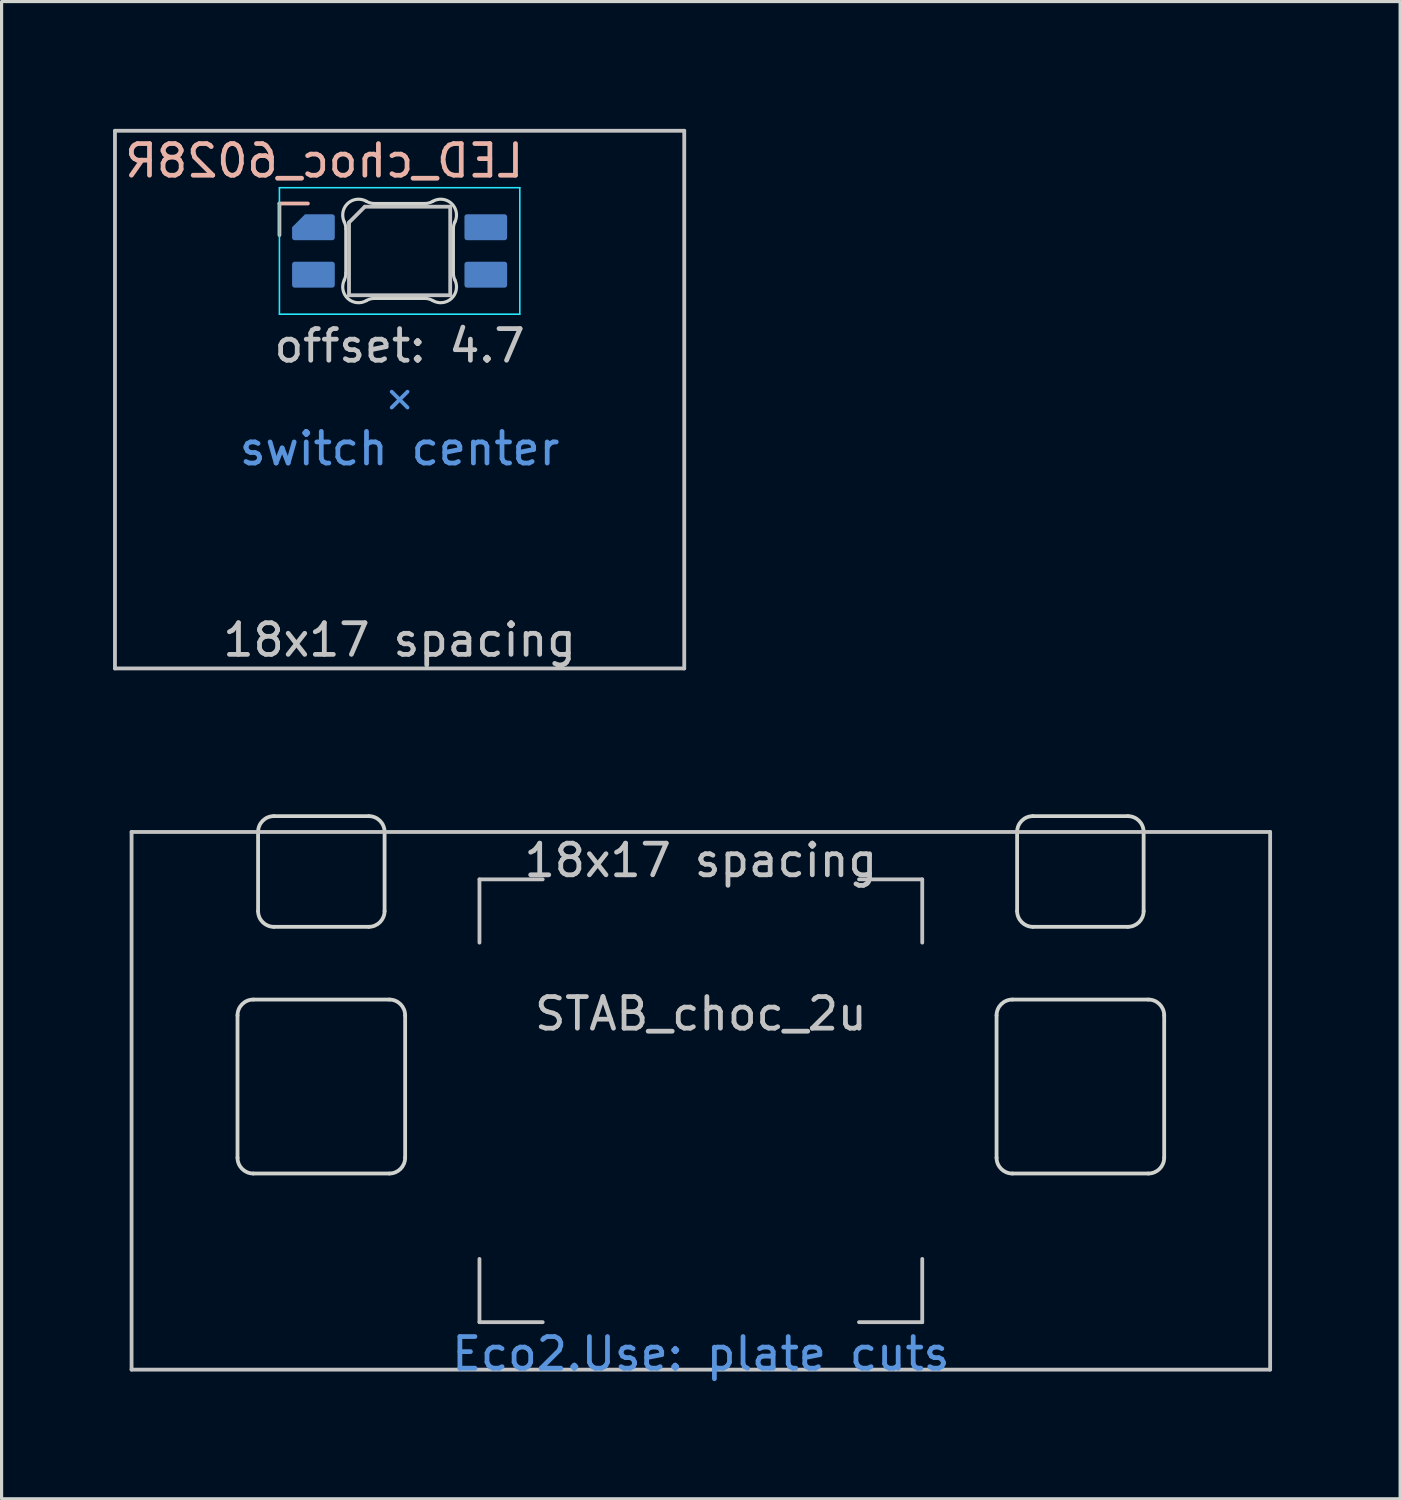
<source format=kicad_pcb>
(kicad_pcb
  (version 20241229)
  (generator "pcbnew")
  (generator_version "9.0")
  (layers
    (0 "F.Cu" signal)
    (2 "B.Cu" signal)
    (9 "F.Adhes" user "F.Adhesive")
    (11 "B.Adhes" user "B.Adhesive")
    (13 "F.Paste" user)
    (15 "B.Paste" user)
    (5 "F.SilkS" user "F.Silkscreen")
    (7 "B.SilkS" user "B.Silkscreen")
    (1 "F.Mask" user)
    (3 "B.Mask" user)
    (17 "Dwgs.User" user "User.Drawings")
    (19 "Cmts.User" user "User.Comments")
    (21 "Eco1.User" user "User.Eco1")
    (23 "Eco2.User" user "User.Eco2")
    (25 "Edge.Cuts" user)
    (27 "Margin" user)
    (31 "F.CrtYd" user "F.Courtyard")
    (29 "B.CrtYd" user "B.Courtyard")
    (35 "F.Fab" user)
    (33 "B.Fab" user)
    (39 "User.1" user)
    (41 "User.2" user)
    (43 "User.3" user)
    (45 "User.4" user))
  (footprint "LED_choc_6028R"
    (layer "F.Cu")
    (at 9.585 14.285)
    (property "Reference" "LED_choc_6028R" (at 4 -12.25 180) (layer "B.SilkS") (effects (font (size 1 1) (thickness 0.15)) (justify left mirror)))
    (attr smd)
    (fp_line (start -3.8 -10.9) (end -2.9 -10.9) (stroke (width 0.12) (type solid)) (layer "B.SilkS"))
    (fp_line (start -3.8 -9.9) (end -3.8 -10.9) (stroke (width 0.12) (type solid)) (layer "B.SilkS"))
    (fp_line (start -9 -13.2) (end 9 -13.2) (stroke (width 0.12) (type solid)) (layer "Dwgs.User"))
    (fp_line (start -9 3.8) (end -9 -13.2) (stroke (width 0.12) (type solid)) (layer "Dwgs.User"))
    (fp_line (start -1.6 -10.3) (end -1.6 -8) (stroke (width 0.12) (type solid)) (layer "Dwgs.User"))
    (fp_line (start -1.6 -10.3) (end -1.1 -10.8) (stroke (width 0.12) (type solid)) (layer "Dwgs.User"))
    (fp_line (start -1.6 -8) (end 1.6 -8) (stroke (width 0.12) (type solid)) (layer "Dwgs.User"))
    (fp_line (start 1.6 -10.8) (end -1.1 -10.8) (stroke (width 0.12) (type solid)) (layer "Dwgs.User"))
    (fp_line (start 1.6 -8) (end 1.6 -10.8) (stroke (width 0.12) (type solid)) (layer "Dwgs.User"))
    (fp_line (start 9 -13.2) (end 9 3.8) (stroke (width 0.12) (type solid)) (layer "Dwgs.User"))
    (fp_line (start 9 3.8) (end -9 3.8) (stroke (width 0.12) (type solid)) (layer "Dwgs.User"))
    (fp_line (start -0.25 -4.95) (end 0 -4.7) (stroke (width 0.12) (type solid)) (layer "Cmts.User"))
    (fp_line (start 0 -4.7) (end -0.25 -4.45) (stroke (width 0.12) (type solid)) (layer "Cmts.User"))
    (fp_line (start 0 -4.7) (end 0.25 -4.45) (stroke (width 0.12) (type solid)) (layer "Cmts.User"))
    (fp_line (start 0.25 -4.95) (end 0 -4.7) (stroke (width 0.12) (type solid)) (layer "Cmts.User"))
    (fp_line (start -9.525 -14.225) (end -9.525 4.825) (stroke (width 0.12) (type solid)) (layer "Eco1.User"))
    (fp_line (start -9.525 4.825) (end 9.525 4.825) (stroke (width 0.12) (type solid)) (layer "Eco1.User"))
    (fp_line (start 9.525 -14.225) (end -9.525 -14.225) (stroke (width 0.12) (type solid)) (layer "Eco1.User"))
    (fp_line (start 9.525 4.825) (end 9.525 -14.225) (stroke (width 0.12) (type solid)) (layer "Eco1.User"))
    (fp_line (start -1.7 -8.697) (end -1.7 -10.103) (stroke (width 0.1) (type solid)) (layer "Edge.Cuts"))
    (fp_line (start -0.794 -10.9) (end 0.794 -10.9) (stroke (width 0.1) (type solid)) (layer "Edge.Cuts"))
    (fp_line (start 0.794 -7.9) (end -0.794 -7.9) (stroke (width 0.1) (type solid)) (layer "Edge.Cuts"))
    (fp_line (start 1.7 -10.103) (end 1.7 -8.697) (stroke (width 0.1) (type solid)) (layer "Edge.Cuts"))
    (fp_arc (start -1.749484 -10.319719) (mid -1.712527 -10.214067) (end -1.699999 -10.102841) (stroke (width 0.1) (type solid)) (layer "Edge.Cuts"))
    (fp_arc (start -1.749484 -10.319718) (mid -1.638072 -10.904034) (end -1.046711 -10.968298) (stroke (width 0.1) (type solid)) (layer "Edge.Cuts"))
    (fp_arc (start -1.699999 -8.697156) (mid -1.712527 -8.585931) (end -1.749484 -8.480279) (stroke (width 0.1) (type solid)) (layer "Edge.Cuts"))
    (fp_arc (start -1.046711 -7.831701) (mid -1.63807 -7.895965) (end -1.749484 -8.480279) (stroke (width 0.1) (type solid)) (layer "Edge.Cuts"))
    (fp_arc (start -1.046711 -7.831701) (mid -0.925123 -7.882623) (end -0.794453 -7.9) (stroke (width 0.1) (type solid)) (layer "Edge.Cuts"))
    (fp_arc (start -0.794452 -10.899999) (mid -0.925123 -10.917376) (end -1.046711 -10.968298) (stroke (width 0.1) (type solid)) (layer "Edge.Cuts"))
    (fp_arc (start 0.794453 -7.899999) (mid 0.925123 -7.882622) (end 1.046711 -7.8317) (stroke (width 0.1) (type solid)) (layer "Edge.Cuts"))
    (fp_arc (start 1.04671 -10.968298) (mid 0.925122 -10.917376) (end 0.794452 -10.899999) (stroke (width 0.1) (type solid)) (layer "Edge.Cuts"))
    (fp_arc (start 1.046711 -10.968296) (mid 1.63807 -10.904033) (end 1.749484 -10.319719) (stroke (width 0.1) (type solid)) (layer "Edge.Cuts"))
    (fp_arc (start 1.699999 -10.102842) (mid 1.712527 -10.214067) (end 1.749484 -10.319719) (stroke (width 0.1) (type solid)) (layer "Edge.Cuts"))
    (fp_arc (start 1.749484 -8.480279) (mid 1.638071 -7.895964) (end 1.046711 -7.8317) (stroke (width 0.1) (type solid)) (layer "Edge.Cuts"))
    (fp_arc (start 1.749484 -8.480279) (mid 1.712527 -8.585931) (end 1.699999 -8.697157) (stroke (width 0.1) (type solid)) (layer "Edge.Cuts"))
    (fp_line (start -3.8 -11.4) (end -3.8 -7.4) (stroke (width 0.05) (type solid)) (layer "B.CrtYd"))
    (fp_line (start -3.8 -7.4) (end 3.8 -7.4) (stroke (width 0.05) (type solid)) (layer "B.CrtYd"))
    (fp_line (start 3.8 -11.4) (end -3.8 -11.4) (stroke (width 0.05) (type solid)) (layer "B.CrtYd"))
    (fp_line (start 3.8 -7.4) (end 3.8 -11.4) (stroke (width 0.05) (type solid)) (layer "B.CrtYd"))
    (fp_text user "18x17 spacing" (at 0 2.9 180) (layer "Dwgs.User") (effects (font (size 1 1) (thickness 0.15))))
    (fp_text user "offset: 4.7" (at 0 -6.4 180) (layer "Dwgs.User") (effects (font (size 1 1) (thickness 0.15))))
    (fp_text user "switch center" (at 0 -3.15 180) (layer "Cmts.User") (effects (font (size 1 1) (thickness 0.15))))
    (fp_text user "19.05 spacing" (at 0 4 180) (layer "Eco1.User") (effects (font (size 1 1) (thickness 0.15))))
    (pad "1" smd roundrect (at 2.725 -8.65 90) (size 0.82 1.35) (layers "B.Cu" "B.Mask" "B.Paste") (roundrect_rratio 0.1))
    (pad "2" smd roundrect (at 2.725 -10.15 90) (size 0.82 1.35) (layers "B.Cu" "B.Mask" "B.Paste") (roundrect_rratio 0.1))
    (pad "3" smd roundrect (at -2.725 -8.65 90) (size 0.82 1.35) (layers "B.Cu" "B.Mask" "B.Paste") (roundrect_rratio 0.1))
    (pad "4" smd roundrect (at -2.725 -10.15 90) (size 0.82 1.35) (layers "B.Cu" "B.Mask" "B.Paste") (roundrect_rratio 0.1) (chamfer_ratio 0.5) (chamfer top_right)))
  (footprint "STAB_choc_2u"
    (layer "F.Cu")
    (at 19.11 31.755)
    (property "Reference" "STAB_choc_2u" (at 0 -2.75 180) (layer "Dwgs.User") (effects (font (size 1 1) (thickness 0.15))))
    (attr exclude_from_pos_files exclude_from_bom)
    (fp_line (start -18 -8.5) (end 18 -8.5) (stroke (width 0.12) (type solid)) (layer "Dwgs.User"))
    (fp_line (start -18 8.5) (end -18 -8.5) (stroke (width 0.12) (type solid)) (layer "Dwgs.User"))
    (fp_line (start -7 -7) (end -7 -5) (stroke (width 0.12) (type solid)) (layer "Dwgs.User"))
    (fp_line (start -7 -7) (end -5 -7) (stroke (width 0.12) (type solid)) (layer "Dwgs.User"))
    (fp_line (start -7 7) (end -7 5) (stroke (width 0.12) (type solid)) (layer "Dwgs.User"))
    (fp_line (start -7 7) (end -5 7) (stroke (width 0.12) (type solid)) (layer "Dwgs.User"))
    (fp_line (start 7 -7) (end 5 -7) (stroke (width 0.12) (type solid)) (layer "Dwgs.User"))
    (fp_line (start 7 -7) (end 7 -5) (stroke (width 0.12) (type solid)) (layer "Dwgs.User"))
    (fp_line (start 7 5) (end 7 7) (stroke (width 0.12) (type solid)) (layer "Dwgs.User"))
    (fp_line (start 7 7) (end 5 7) (stroke (width 0.12) (type solid)) (layer "Dwgs.User"))
    (fp_line (start 18 -8.5) (end 18 8.5) (stroke (width 0.12) (type solid)) (layer "Dwgs.User"))
    (fp_line (start 18 8.5) (end -18 8.5) (stroke (width 0.12) (type solid)) (layer "Dwgs.User"))
    (fp_line (start -19.05 -9.525) (end -19.05 9.525) (stroke (width 0.12) (type solid)) (layer "Eco1.User"))
    (fp_line (start -19.05 9.525) (end 19.05 9.525) (stroke (width 0.12) (type solid)) (layer "Eco1.User"))
    (fp_line (start 19.05 -9.525) (end -19.05 -9.525) (stroke (width 0.12) (type solid)) (layer "Eco1.User"))
    (fp_line (start 19.05 9.525) (end 19.05 -9.525) (stroke (width 0.12) (type solid)) (layer "Eco1.User"))
    (fp_line (start -15.15 2.55) (end -15.15 -3.3) (stroke (width 0.05) (type solid)) (layer "Eco2.User"))
    (fp_line (start -14.65 -3.8) (end -14.3 -3.8) (stroke (width 0.05) (type solid)) (layer "Eco2.User"))
    (fp_line (start -14.65 3.05) (end -9.35 3.05) (stroke (width 0.05) (type solid)) (layer "Eco2.User"))
    (fp_line (start -13.8 -4.3) (end -13.8 -7.95) (stroke (width 0.05) (type solid)) (layer "Eco2.User"))
    (fp_line (start -13.3 -8.45) (end -10.7 -8.45) (stroke (width 0.05) (type solid)) (layer "Eco2.User"))
    (fp_line (start -10.2 -4.3) (end -10.2 -7.95) (stroke (width 0.05) (type solid)) (layer "Eco2.User"))
    (fp_line (start -9.35 -3.8) (end -9.7 -3.8) (stroke (width 0.05) (type solid)) (layer "Eco2.User"))
    (fp_line (start -8.85 2.55) (end -8.85 -3.3) (stroke (width 0.05) (type solid)) (layer "Eco2.User"))
    (fp_line (start 8.85 2.55) (end 8.85 -3.3) (stroke (width 0.05) (type solid)) (layer "Eco2.User"))
    (fp_line (start 9.35 -3.8) (end 9.7 -3.8) (stroke (width 0.05) (type solid)) (layer "Eco2.User"))
    (fp_line (start 10.2 -4.3) (end 10.2 -7.95) (stroke (width 0.05) (type solid)) (layer "Eco2.User"))
    (fp_line (start 13.3 -8.45) (end 10.7 -8.45) (stroke (width 0.05) (type solid)) (layer "Eco2.User"))
    (fp_line (start 13.8 -4.3) (end 13.8 -7.95) (stroke (width 0.05) (type solid)) (layer "Eco2.User"))
    (fp_line (start 14.65 -3.8) (end 14.3 -3.8) (stroke (width 0.05) (type solid)) (layer "Eco2.User"))
    (fp_line (start 14.65 3.05) (end 9.35 3.05) (stroke (width 0.05) (type solid)) (layer "Eco2.User"))
    (fp_line (start 15.15 2.55) (end 15.15 -3.3) (stroke (width 0.05) (type solid)) (layer "Eco2.User"))
    (fp_arc (start -15.15 -3.3) (mid -15.003553 -3.653553) (end -14.65 -3.8) (stroke (width 0.05) (type solid)) (layer "Eco2.User"))
    (fp_arc (start -14.65 3.05) (mid -15.003553 2.903553) (end -15.15 2.55) (stroke (width 0.05) (type solid)) (layer "Eco2.User"))
    (fp_arc (start -13.8 -7.95) (mid -13.653553 -8.303553) (end -13.3 -8.45) (stroke (width 0.05) (type solid)) (layer "Eco2.User"))
    (fp_arc (start -13.8 -4.3) (mid -13.946447 -3.946447) (end -14.3 -3.8) (stroke (width 0.05) (type solid)) (layer "Eco2.User"))
    (fp_arc (start -10.7 -8.45) (mid -10.346447 -8.303553) (end -10.2 -7.95) (stroke (width 0.05) (type solid)) (layer "Eco2.User"))
    (fp_arc (start -9.7 -3.8) (mid -10.053553 -3.946447) (end -10.2 -4.3) (stroke (width 0.05) (type solid)) (layer "Eco2.User"))
    (fp_arc (start -9.35 -3.8) (mid -8.996447 -3.653553) (end -8.85 -3.3) (stroke (width 0.05) (type solid)) (layer "Eco2.User"))
    (fp_arc (start -8.85 2.55) (mid -8.996447 2.903553) (end -9.35 3.05) (stroke (width 0.05) (type solid)) (layer "Eco2.User"))
    (fp_arc (start 8.85 -3.3) (mid 8.996447 -3.653553) (end 9.35 -3.8) (stroke (width 0.05) (type solid)) (layer "Eco2.User"))
    (fp_arc (start 9.35 3.05) (mid 8.996447 2.903553) (end 8.85 2.55) (stroke (width 0.05) (type solid)) (layer "Eco2.User"))
    (fp_arc (start 10.2 -7.95) (mid 10.346447 -8.303553) (end 10.7 -8.45) (stroke (width 0.05) (type solid)) (layer "Eco2.User"))
    (fp_arc (start 10.2 -4.3) (mid 10.053553 -3.946447) (end 9.7 -3.8) (stroke (width 0.05) (type solid)) (layer "Eco2.User"))
    (fp_arc (start 13.3 -8.45) (mid 13.653553 -8.303553) (end 13.8 -7.95) (stroke (width 0.05) (type solid)) (layer "Eco2.User"))
    (fp_arc (start 14.3 -3.8) (mid 13.946447 -3.946447) (end 13.8 -4.3) (stroke (width 0.05) (type solid)) (layer "Eco2.User"))
    (fp_arc (start 14.65 -3.8) (mid 15.003553 -3.653553) (end 15.15 -3.3) (stroke (width 0.05) (type solid)) (layer "Eco2.User"))
    (fp_arc (start 15.15 2.55) (mid 15.003553 2.903553) (end 14.65 3.05) (stroke (width 0.05) (type solid)) (layer "Eco2.User"))
    (fp_line (start -14.65 1.8) (end -14.65 -2.7) (stroke (width 0.12) (type solid)) (layer "Edge.Cuts"))
    (fp_line (start -14.15 -3.2) (end -9.85 -3.2) (stroke (width 0.12) (type solid)) (layer "Edge.Cuts"))
    (fp_line (start -14.15 2.3) (end -9.85 2.3) (stroke (width 0.12) (type solid)) (layer "Edge.Cuts"))
    (fp_line (start -14 -6) (end -14 -8.5) (stroke (width 0.12) (type solid)) (layer "Edge.Cuts"))
    (fp_line (start -13.5 -9) (end -10.5 -9) (stroke (width 0.12) (type solid)) (layer "Edge.Cuts"))
    (fp_line (start -13.5 -5.5) (end -10.5 -5.5) (stroke (width 0.12) (type solid)) (layer "Edge.Cuts"))
    (fp_line (start -10 -6) (end -10 -8.5) (stroke (width 0.12) (type solid)) (layer "Edge.Cuts"))
    (fp_line (start -9.35 1.8) (end -9.35 -2.7) (stroke (width 0.12) (type solid)) (layer "Edge.Cuts"))
    (fp_line (start 9.35 1.8) (end 9.35 -2.7) (stroke (width 0.12) (type solid)) (layer "Edge.Cuts"))
    (fp_line (start 10 -6) (end 10 -8.5) (stroke (width 0.12) (type solid)) (layer "Edge.Cuts"))
    (fp_line (start 13.5 -9) (end 10.5 -9) (stroke (width 0.12) (type solid)) (layer "Edge.Cuts"))
    (fp_line (start 13.5 -5.5) (end 10.5 -5.5) (stroke (width 0.12) (type solid)) (layer "Edge.Cuts"))
    (fp_line (start 14 -6) (end 14 -8.5) (stroke (width 0.12) (type solid)) (layer "Edge.Cuts"))
    (fp_line (start 14.15 -3.2) (end 9.85 -3.2) (stroke (width 0.12) (type solid)) (layer "Edge.Cuts"))
    (fp_line (start 14.15 2.3) (end 9.85 2.3) (stroke (width 0.12) (type solid)) (layer "Edge.Cuts"))
    (fp_line (start 14.65 1.8) (end 14.65 -2.7) (stroke (width 0.12) (type solid)) (layer "Edge.Cuts"))
    (fp_arc (start -14.65 -2.7) (mid -14.503553 -3.053553) (end -14.15 -3.2) (stroke (width 0.12) (type solid)) (layer "Edge.Cuts"))
    (fp_arc (start -14.15 2.3) (mid -14.503553 2.153553) (end -14.65 1.8) (stroke (width 0.12) (type solid)) (layer "Edge.Cuts"))
    (fp_arc (start -14 -8.5) (mid -13.853553 -8.853553) (end -13.5 -9) (stroke (width 0.12) (type solid)) (layer "Edge.Cuts"))
    (fp_arc (start -13.5 -5.5) (mid -13.853553 -5.646447) (end -14 -6) (stroke (width 0.12) (type solid)) (layer "Edge.Cuts"))
    (fp_arc (start -10.5 -9) (mid -10.146447 -8.853553) (end -10 -8.5) (stroke (width 0.12) (type solid)) (layer "Edge.Cuts"))
    (fp_arc (start -10 -6) (mid -10.146447 -5.646447) (end -10.5 -5.5) (stroke (width 0.12) (type solid)) (layer "Edge.Cuts"))
    (fp_arc (start -9.85 -3.2) (mid -9.496447 -3.053553) (end -9.35 -2.7) (stroke (width 0.12) (type solid)) (layer "Edge.Cuts"))
    (fp_arc (start -9.35 1.8) (mid -9.496447 2.153553) (end -9.85 2.3) (stroke (width 0.12) (type solid)) (layer "Edge.Cuts"))
    (fp_arc (start 9.35 -2.7) (mid 9.496447 -3.053553) (end 9.85 -3.2) (stroke (width 0.12) (type solid)) (layer "Edge.Cuts"))
    (fp_arc (start 9.85 2.3) (mid 9.496447 2.153553) (end 9.35 1.8) (stroke (width 0.12) (type solid)) (layer "Edge.Cuts"))
    (fp_arc (start 10 -8.5) (mid 10.146447 -8.853553) (end 10.5 -9) (stroke (width 0.12) (type solid)) (layer "Edge.Cuts"))
    (fp_arc (start 10.5 -5.5) (mid 10.146447 -5.646447) (end 10 -6) (stroke (width 0.12) (type solid)) (layer "Edge.Cuts"))
    (fp_arc (start 13.5 -9) (mid 13.853553 -8.853553) (end 14 -8.5) (stroke (width 0.12) (type solid)) (layer "Edge.Cuts"))
    (fp_arc (start 14 -6) (mid 13.853553 -5.646447) (end 13.5 -5.5) (stroke (width 0.12) (type solid)) (layer "Edge.Cuts"))
    (fp_arc (start 14.15 -3.2) (mid 14.503553 -3.053553) (end 14.65 -2.7) (stroke (width 0.12) (type solid)) (layer "Edge.Cuts"))
    (fp_arc (start 14.65 1.8) (mid 14.503553 2.153553) (end 14.15 2.3) (stroke (width 0.12) (type solid)) (layer "Edge.Cuts"))
    (fp_text user "18x17 spacing" (at 0 -7.6 0) (layer "Dwgs.User") (effects (font (size 1 1) (thickness 0.15))))
    (fp_text user "Eco2.Use: plate cuts" (at 0 8 0) (layer "Cmts.User") (effects (font (size 1 1) (thickness 0.15))))
    (fp_text user "19.05 spacing" (at 0 -8.7 0) (layer "Eco1.User") (effects (font (size 1 1) (thickness 0.15)))))
  (gr_rect
    (start -3 -3)
    (end 41.22 44.34)
    (stroke (width 0.1) (type default))
    (fill no)
    (layer "Edge.Cuts")))
</source>
